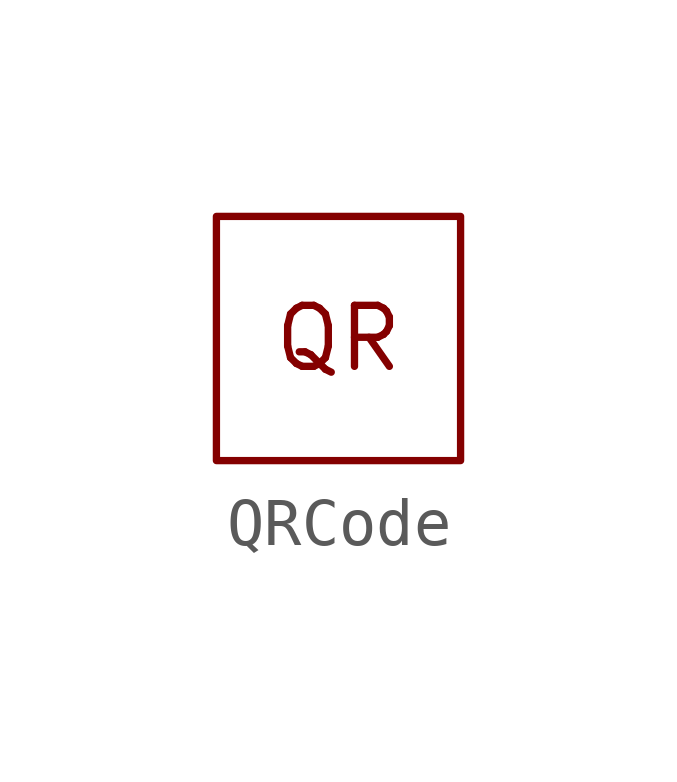
<source format=kicad_sym>
(kicad_symbol_lib
  (version 20241209)
  (generator "kicad_symbol_editor")
  (generator_version "9.0")
  (symbol "QRCode"
    (property "Reference" "U"
      (at 0 0 0)
      (effects (font (size 1.27 1.27)) (hide yes)))
    (symbol "QRCode_0_1"
      (rectangle (start -2.54 2.54) (end 2.54 -2.54) (stroke (width 0) (type default)) (fill (type none))))
    (symbol "QRCode_1_1"
      (text "QR" (at 0 0 0) (effects (font (size 1.27 1.27)))))))
</source>
